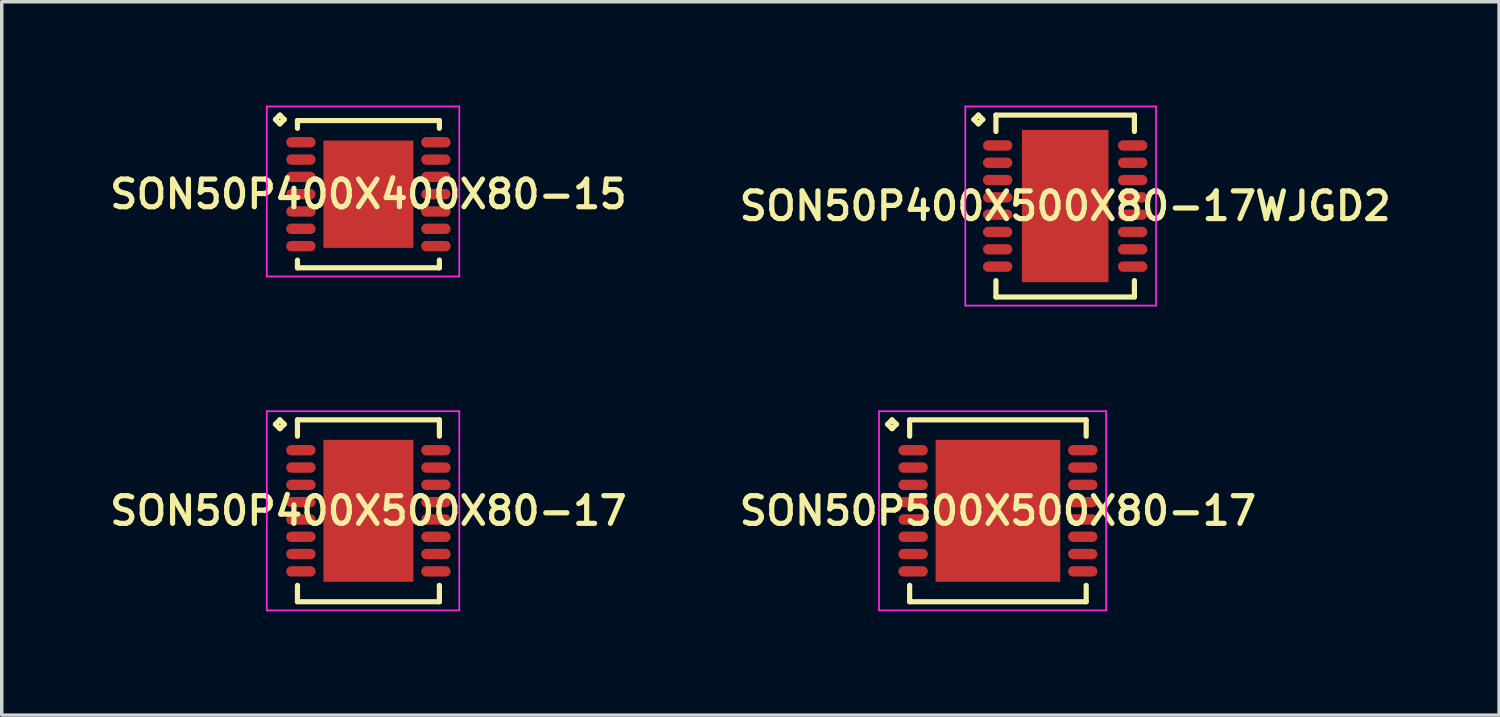
<source format=kicad_pcb>
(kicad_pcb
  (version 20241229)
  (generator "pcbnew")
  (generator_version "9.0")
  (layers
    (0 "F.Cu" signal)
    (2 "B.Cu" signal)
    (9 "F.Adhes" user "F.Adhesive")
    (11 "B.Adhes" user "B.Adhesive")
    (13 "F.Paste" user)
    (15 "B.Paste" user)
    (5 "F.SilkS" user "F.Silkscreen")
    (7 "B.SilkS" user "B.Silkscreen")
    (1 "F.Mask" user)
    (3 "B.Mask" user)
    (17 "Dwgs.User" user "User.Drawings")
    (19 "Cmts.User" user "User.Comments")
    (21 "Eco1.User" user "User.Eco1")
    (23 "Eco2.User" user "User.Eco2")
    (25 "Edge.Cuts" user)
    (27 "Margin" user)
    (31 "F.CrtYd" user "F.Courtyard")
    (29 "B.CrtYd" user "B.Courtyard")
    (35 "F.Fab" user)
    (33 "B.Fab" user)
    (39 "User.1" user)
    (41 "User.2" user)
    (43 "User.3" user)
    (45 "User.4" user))
  (footprint "SON50P400X400X80-15"
    (layer "F.Cu")
    (at 7.593 2.56)
    (property "Reference" "SON50P400X400X80-15" (at 0 0 0) (layer "F.SilkS") (effects (font (size 0.8 0.8) (thickness 0.15))))
    (attr smd)
    (fp_line (start -2.685 -2.158) (end -2.558 -2.285) (stroke (width 0.15) (type solid)) (layer "F.SilkS"))
    (fp_line (start -2.558 -2.285) (end -2.431 -2.158) (stroke (width 0.15) (type solid)) (layer "F.SilkS"))
    (fp_line (start -2.558 -2.031) (end -2.685 -2.158) (stroke (width 0.15) (type solid)) (layer "F.SilkS"))
    (fp_line (start -2.431 -2.158) (end -2.558 -2.031) (stroke (width 0.15) (type solid)) (layer "F.SilkS"))
    (fp_line (start -2.05 -2.127) (end 2.05 -2.127) (stroke (width 0.15) (type solid)) (layer "F.SilkS"))
    (fp_line (start -2.05 -1.904) (end -2.05 -2.127) (stroke (width 0.15) (type solid)) (layer "F.SilkS"))
    (fp_line (start -2.05 1.904) (end -2.05 2.127) (stroke (width 0.15) (type solid)) (layer "F.SilkS"))
    (fp_line (start -2.05 2.127) (end 2.05 2.127) (stroke (width 0.15) (type solid)) (layer "F.SilkS"))
    (fp_line (start 2.05 -2.127) (end 2.05 -1.904) (stroke (width 0.15) (type solid)) (layer "F.SilkS"))
    (fp_line (start 2.05 2.127) (end 2.05 1.904) (stroke (width 0.15) (type solid)) (layer "F.SilkS"))
    (fp_line (start -2.935 -2.535) (end 2.625 -2.535) (stroke (width 0.05) (type solid)) (layer "F.CrtYd"))
    (fp_line (start -2.935 2.377) (end -2.935 -2.535) (stroke (width 0.05) (type solid)) (layer "F.CrtYd"))
    (fp_line (start 2.625 -2.535) (end 2.625 2.377) (stroke (width 0.05) (type solid)) (layer "F.CrtYd"))
    (fp_line (start 2.625 2.377) (end -2.935 2.377) (stroke (width 0.05) (type solid)) (layer "F.CrtYd"))
    (pad "1" smd oval (at -1.95 -1.5) (size 0.85 0.3) (layers "F.Cu" "F.Mask" "F.Paste"))
    (pad "2" smd oval (at -1.95 -1) (size 0.85 0.3) (layers "F.Cu" "F.Mask" "F.Paste"))
    (pad "3" smd oval (at -1.95 -0.5) (size 0.85 0.3) (layers "F.Cu" "F.Mask" "F.Paste"))
    (pad "4" smd oval (at -1.95 0) (size 0.85 0.3) (layers "F.Cu" "F.Mask" "F.Paste"))
    (pad "5" smd oval (at -1.95 0.5) (size 0.85 0.3) (layers "F.Cu" "F.Mask" "F.Paste"))
    (pad "6" smd oval (at -1.95 1) (size 0.85 0.3) (layers "F.Cu" "F.Mask" "F.Paste"))
    (pad "7" smd oval (at -1.95 1.5) (size 0.85 0.3) (layers "F.Cu" "F.Mask" "F.Paste"))
    (pad "8" smd oval (at 1.95 1.5) (size 0.85 0.3) (layers "F.Cu" "F.Mask" "F.Paste"))
    (pad "9" smd oval (at 1.95 1) (size 0.85 0.3) (layers "F.Cu" "F.Mask" "F.Paste"))
    (pad "10" smd oval (at 1.95 0.5) (size 0.85 0.3) (layers "F.Cu" "F.Mask" "F.Paste"))
    (pad "11" smd oval (at 1.95 0) (size 0.85 0.3) (layers "F.Cu" "F.Mask" "F.Paste"))
    (pad "12" smd oval (at 1.95 -0.5) (size 0.85 0.3) (layers "F.Cu" "F.Mask" "F.Paste"))
    (pad "13" smd oval (at 1.95 -1) (size 0.85 0.3) (layers "F.Cu" "F.Mask" "F.Paste"))
    (pad "14" smd oval (at 1.95 -1.5) (size 0.85 0.3) (layers "F.Cu" "F.Mask" "F.Paste"))
    (pad "15" smd rect (at 0 0) (size 2.6 3.1) (layers "F.Cu" "F.Mask" "F.Paste")))
  (footprint "SON50P500X500X80-17"
    (layer "F.Cu")
    (at 25.778 11.706)
    (property "Reference" "SON50P500X500X80-17" (at 0 0 0) (layer "F.SilkS") (effects (font (size 0.8 0.8) (thickness 0.15))))
    (attr smd)
    (fp_line (start -3.185 -2.5) (end -3.058 -2.627) (stroke (width 0.15) (type solid)) (layer "F.SilkS"))
    (fp_line (start -3.058 -2.627) (end -2.931 -2.5) (stroke (width 0.15) (type solid)) (layer "F.SilkS"))
    (fp_line (start -3.058 -2.373) (end -3.185 -2.5) (stroke (width 0.15) (type solid)) (layer "F.SilkS"))
    (fp_line (start -2.931 -2.5) (end -3.058 -2.373) (stroke (width 0.15) (type solid)) (layer "F.SilkS"))
    (fp_line (start -2.55 -2.627) (end 2.55 -2.627) (stroke (width 0.15) (type solid)) (layer "F.SilkS"))
    (fp_line (start -2.55 -2.154) (end -2.55 -2.627) (stroke (width 0.15) (type solid)) (layer "F.SilkS"))
    (fp_line (start -2.55 2.154) (end -2.55 2.627) (stroke (width 0.15) (type solid)) (layer "F.SilkS"))
    (fp_line (start -2.55 2.627) (end 2.55 2.627) (stroke (width 0.15) (type solid)) (layer "F.SilkS"))
    (fp_line (start 2.55 -2.627) (end 2.55 -2.154) (stroke (width 0.15) (type solid)) (layer "F.SilkS"))
    (fp_line (start 2.55 2.627) (end 2.55 2.154) (stroke (width 0.15) (type solid)) (layer "F.SilkS"))
    (fp_line (start -3.435 -2.877) (end 3.125 -2.877) (stroke (width 0.05) (type solid)) (layer "F.CrtYd"))
    (fp_line (start -3.435 2.877) (end -3.435 -2.877) (stroke (width 0.05) (type solid)) (layer "F.CrtYd"))
    (fp_line (start 3.125 -2.877) (end 3.125 2.877) (stroke (width 0.05) (type solid)) (layer "F.CrtYd"))
    (fp_line (start 3.125 2.877) (end -3.435 2.877) (stroke (width 0.05) (type solid)) (layer "F.CrtYd"))
    (pad "1" smd oval (at -2.45 -1.75) (size 0.85 0.3) (layers "F.Cu" "F.Mask" "F.Paste"))
    (pad "2" smd oval (at -2.45 -1.25) (size 0.85 0.3) (layers "F.Cu" "F.Mask" "F.Paste"))
    (pad "3" smd oval (at -2.45 -0.75) (size 0.85 0.3) (layers "F.Cu" "F.Mask" "F.Paste"))
    (pad "4" smd oval (at -2.45 -0.25) (size 0.85 0.3) (layers "F.Cu" "F.Mask" "F.Paste"))
    (pad "5" smd oval (at -2.45 0.25) (size 0.85 0.3) (layers "F.Cu" "F.Mask" "F.Paste"))
    (pad "6" smd oval (at -2.45 0.75) (size 0.85 0.3) (layers "F.Cu" "F.Mask" "F.Paste"))
    (pad "7" smd oval (at -2.45 1.25) (size 0.85 0.3) (layers "F.Cu" "F.Mask" "F.Paste"))
    (pad "8" smd oval (at -2.45 1.75) (size 0.85 0.3) (layers "F.Cu" "F.Mask" "F.Paste"))
    (pad "9" smd oval (at 2.45 1.75) (size 0.85 0.3) (layers "F.Cu" "F.Mask" "F.Paste"))
    (pad "10" smd oval (at 2.45 1.25) (size 0.85 0.3) (layers "F.Cu" "F.Mask" "F.Paste"))
    (pad "11" smd oval (at 2.45 0.75) (size 0.85 0.3) (layers "F.Cu" "F.Mask" "F.Paste"))
    (pad "12" smd oval (at 2.45 0.25) (size 0.85 0.3) (layers "F.Cu" "F.Mask" "F.Paste"))
    (pad "13" smd oval (at 2.45 -0.25) (size 0.85 0.3) (layers "F.Cu" "F.Mask" "F.Paste"))
    (pad "14" smd oval (at 2.45 -0.75) (size 0.85 0.3) (layers "F.Cu" "F.Mask" "F.Paste"))
    (pad "15" smd oval (at 2.45 -1.25) (size 0.85 0.3) (layers "F.Cu" "F.Mask" "F.Paste"))
    (pad "16" smd oval (at 2.45 -1.75) (size 0.85 0.3) (layers "F.Cu" "F.Mask" "F.Paste"))
    (pad "17" smd rect (at 0 0) (size 3.6 4.1) (layers "F.Cu" "F.Mask" "F.Paste")))
  (footprint "SON50P400X500X80-17WJGD2"
    (layer "F.Cu")
    (at 27.721 2.902)
    (property "Reference" "SON50P400X500X80-17WJGD2" (at 0 0 0) (layer "F.SilkS") (effects (font (size 0.8 0.8) (thickness 0.15))))
    (attr smd)
    (fp_line (start -2.635 -2.5) (end -2.508 -2.627) (stroke (width 0.15) (type solid)) (layer "F.SilkS"))
    (fp_line (start -2.508 -2.627) (end -2.381 -2.5) (stroke (width 0.15) (type solid)) (layer "F.SilkS"))
    (fp_line (start -2.508 -2.373) (end -2.635 -2.5) (stroke (width 0.15) (type solid)) (layer "F.SilkS"))
    (fp_line (start -2.381 -2.5) (end -2.508 -2.373) (stroke (width 0.15) (type solid)) (layer "F.SilkS"))
    (fp_line (start -2 -2.627) (end 2 -2.627) (stroke (width 0.15) (type solid)) (layer "F.SilkS"))
    (fp_line (start -2 -2.154) (end -2 -2.627) (stroke (width 0.15) (type solid)) (layer "F.SilkS"))
    (fp_line (start -2 2.154) (end -2 2.627) (stroke (width 0.15) (type solid)) (layer "F.SilkS"))
    (fp_line (start -2 2.627) (end 2 2.627) (stroke (width 0.15) (type solid)) (layer "F.SilkS"))
    (fp_line (start 2 -2.627) (end 2 -2.154) (stroke (width 0.15) (type solid)) (layer "F.SilkS"))
    (fp_line (start 2 2.627) (end 2 2.154) (stroke (width 0.15) (type solid)) (layer "F.SilkS"))
    (fp_line (start -2.885 -2.877) (end 2.625 -2.877) (stroke (width 0.05) (type solid)) (layer "F.CrtYd"))
    (fp_line (start -2.885 2.877) (end -2.885 -2.877) (stroke (width 0.05) (type solid)) (layer "F.CrtYd"))
    (fp_line (start 2.625 -2.877) (end 2.625 2.877) (stroke (width 0.05) (type solid)) (layer "F.CrtYd"))
    (fp_line (start 2.625 2.877) (end -2.885 2.877) (stroke (width 0.05) (type solid)) (layer "F.CrtYd"))
    (pad "1" smd oval (at -1.95 -1.75) (size 0.85 0.3) (layers "F.Cu" "F.Mask" "F.Paste"))
    (pad "2" smd oval (at -1.95 -1.25) (size 0.85 0.3) (layers "F.Cu" "F.Mask" "F.Paste"))
    (pad "3" smd oval (at -1.95 -0.75) (size 0.85 0.3) (layers "F.Cu" "F.Mask" "F.Paste"))
    (pad "4" smd oval (at -1.95 -0.25) (size 0.85 0.3) (layers "F.Cu" "F.Mask" "F.Paste"))
    (pad "5" smd oval (at -1.95 0.25) (size 0.85 0.3) (layers "F.Cu" "F.Mask" "F.Paste"))
    (pad "6" smd oval (at -1.95 0.75) (size 0.85 0.3) (layers "F.Cu" "F.Mask" "F.Paste"))
    (pad "7" smd oval (at -1.95 1.25) (size 0.85 0.3) (layers "F.Cu" "F.Mask" "F.Paste"))
    (pad "8" smd oval (at -1.95 1.75) (size 0.85 0.3) (layers "F.Cu" "F.Mask" "F.Paste"))
    (pad "9" smd oval (at 1.95 1.75) (size 0.85 0.3) (layers "F.Cu" "F.Mask" "F.Paste"))
    (pad "10" smd oval (at 1.95 1.25) (size 0.85 0.3) (layers "F.Cu" "F.Mask" "F.Paste"))
    (pad "11" smd oval (at 1.95 0.75) (size 0.85 0.3) (layers "F.Cu" "F.Mask" "F.Paste"))
    (pad "12" smd oval (at 1.95 0.25) (size 0.85 0.3) (layers "F.Cu" "F.Mask" "F.Paste"))
    (pad "13" smd oval (at 1.95 -0.25) (size 0.85 0.3) (layers "F.Cu" "F.Mask" "F.Paste"))
    (pad "14" smd oval (at 1.95 -0.75) (size 0.85 0.3) (layers "F.Cu" "F.Mask" "F.Paste"))
    (pad "15" smd oval (at 1.95 -1.25) (size 0.85 0.3) (layers "F.Cu" "F.Mask" "F.Paste"))
    (pad "16" smd oval (at 1.95 -1.75) (size 0.85 0.3) (layers "F.Cu" "F.Mask" "F.Paste"))
    (pad "17" smd rect (at 0 0) (size 2.5 4.4) (layers "F.Cu" "F.Mask" "F.Paste")))
  (footprint "SON50P400X500X80-17"
    (layer "F.Cu")
    (at 7.593 11.706)
    (property "Reference" "SON50P400X500X80-17" (at 0 0 0) (layer "F.SilkS") (effects (font (size 0.8 0.8) (thickness 0.15))))
    (attr smd)
    (fp_line (start -2.685 -2.5) (end -2.558 -2.627) (stroke (width 0.15) (type solid)) (layer "F.SilkS"))
    (fp_line (start -2.558 -2.627) (end -2.431 -2.5) (stroke (width 0.15) (type solid)) (layer "F.SilkS"))
    (fp_line (start -2.558 -2.373) (end -2.685 -2.5) (stroke (width 0.15) (type solid)) (layer "F.SilkS"))
    (fp_line (start -2.431 -2.5) (end -2.558 -2.373) (stroke (width 0.15) (type solid)) (layer "F.SilkS"))
    (fp_line (start -2.05 -2.627) (end 2.05 -2.627) (stroke (width 0.15) (type solid)) (layer "F.SilkS"))
    (fp_line (start -2.05 -2.154) (end -2.05 -2.627) (stroke (width 0.15) (type solid)) (layer "F.SilkS"))
    (fp_line (start -2.05 2.154) (end -2.05 2.627) (stroke (width 0.15) (type solid)) (layer "F.SilkS"))
    (fp_line (start -2.05 2.627) (end 2.05 2.627) (stroke (width 0.15) (type solid)) (layer "F.SilkS"))
    (fp_line (start 2.05 -2.627) (end 2.05 -2.154) (stroke (width 0.15) (type solid)) (layer "F.SilkS"))
    (fp_line (start 2.05 2.627) (end 2.05 2.154) (stroke (width 0.15) (type solid)) (layer "F.SilkS"))
    (fp_line (start -2.935 -2.877) (end 2.625 -2.877) (stroke (width 0.05) (type solid)) (layer "F.CrtYd"))
    (fp_line (start -2.935 2.877) (end -2.935 -2.877) (stroke (width 0.05) (type solid)) (layer "F.CrtYd"))
    (fp_line (start 2.625 -2.877) (end 2.625 2.877) (stroke (width 0.05) (type solid)) (layer "F.CrtYd"))
    (fp_line (start 2.625 2.877) (end -2.935 2.877) (stroke (width 0.05) (type solid)) (layer "F.CrtYd"))
    (pad "1" smd oval (at -1.95 -1.75) (size 0.85 0.3) (layers "F.Cu" "F.Mask" "F.Paste"))
    (pad "2" smd oval (at -1.95 -1.25) (size 0.85 0.3) (layers "F.Cu" "F.Mask" "F.Paste"))
    (pad "3" smd oval (at -1.95 -0.75) (size 0.85 0.3) (layers "F.Cu" "F.Mask" "F.Paste"))
    (pad "4" smd oval (at -1.95 -0.25) (size 0.85 0.3) (layers "F.Cu" "F.Mask" "F.Paste"))
    (pad "5" smd oval (at -1.95 0.25) (size 0.85 0.3) (layers "F.Cu" "F.Mask" "F.Paste"))
    (pad "6" smd oval (at -1.95 0.75) (size 0.85 0.3) (layers "F.Cu" "F.Mask" "F.Paste"))
    (pad "7" smd oval (at -1.95 1.25) (size 0.85 0.3) (layers "F.Cu" "F.Mask" "F.Paste"))
    (pad "8" smd oval (at -1.95 1.75) (size 0.85 0.3) (layers "F.Cu" "F.Mask" "F.Paste"))
    (pad "9" smd oval (at 1.95 1.75) (size 0.85 0.3) (layers "F.Cu" "F.Mask" "F.Paste"))
    (pad "10" smd oval (at 1.95 1.25) (size 0.85 0.3) (layers "F.Cu" "F.Mask" "F.Paste"))
    (pad "11" smd oval (at 1.95 0.75) (size 0.85 0.3) (layers "F.Cu" "F.Mask" "F.Paste"))
    (pad "12" smd oval (at 1.95 0.25) (size 0.85 0.3) (layers "F.Cu" "F.Mask" "F.Paste"))
    (pad "13" smd oval (at 1.95 -0.25) (size 0.85 0.3) (layers "F.Cu" "F.Mask" "F.Paste"))
    (pad "14" smd oval (at 1.95 -0.75) (size 0.85 0.3) (layers "F.Cu" "F.Mask" "F.Paste"))
    (pad "15" smd oval (at 1.95 -1.25) (size 0.85 0.3) (layers "F.Cu" "F.Mask" "F.Paste"))
    (pad "16" smd oval (at 1.95 -1.75) (size 0.85 0.3) (layers "F.Cu" "F.Mask" "F.Paste"))
    (pad "17" smd rect (at 0 0) (size 2.6 4.1) (layers "F.Cu" "F.Mask" "F.Paste")))
  (gr_rect
    (start -3 -3)
    (end 40.256 17.608)
    (stroke (width 0.1) (type default))
    (fill no)
    (layer "Edge.Cuts")))
</source>
